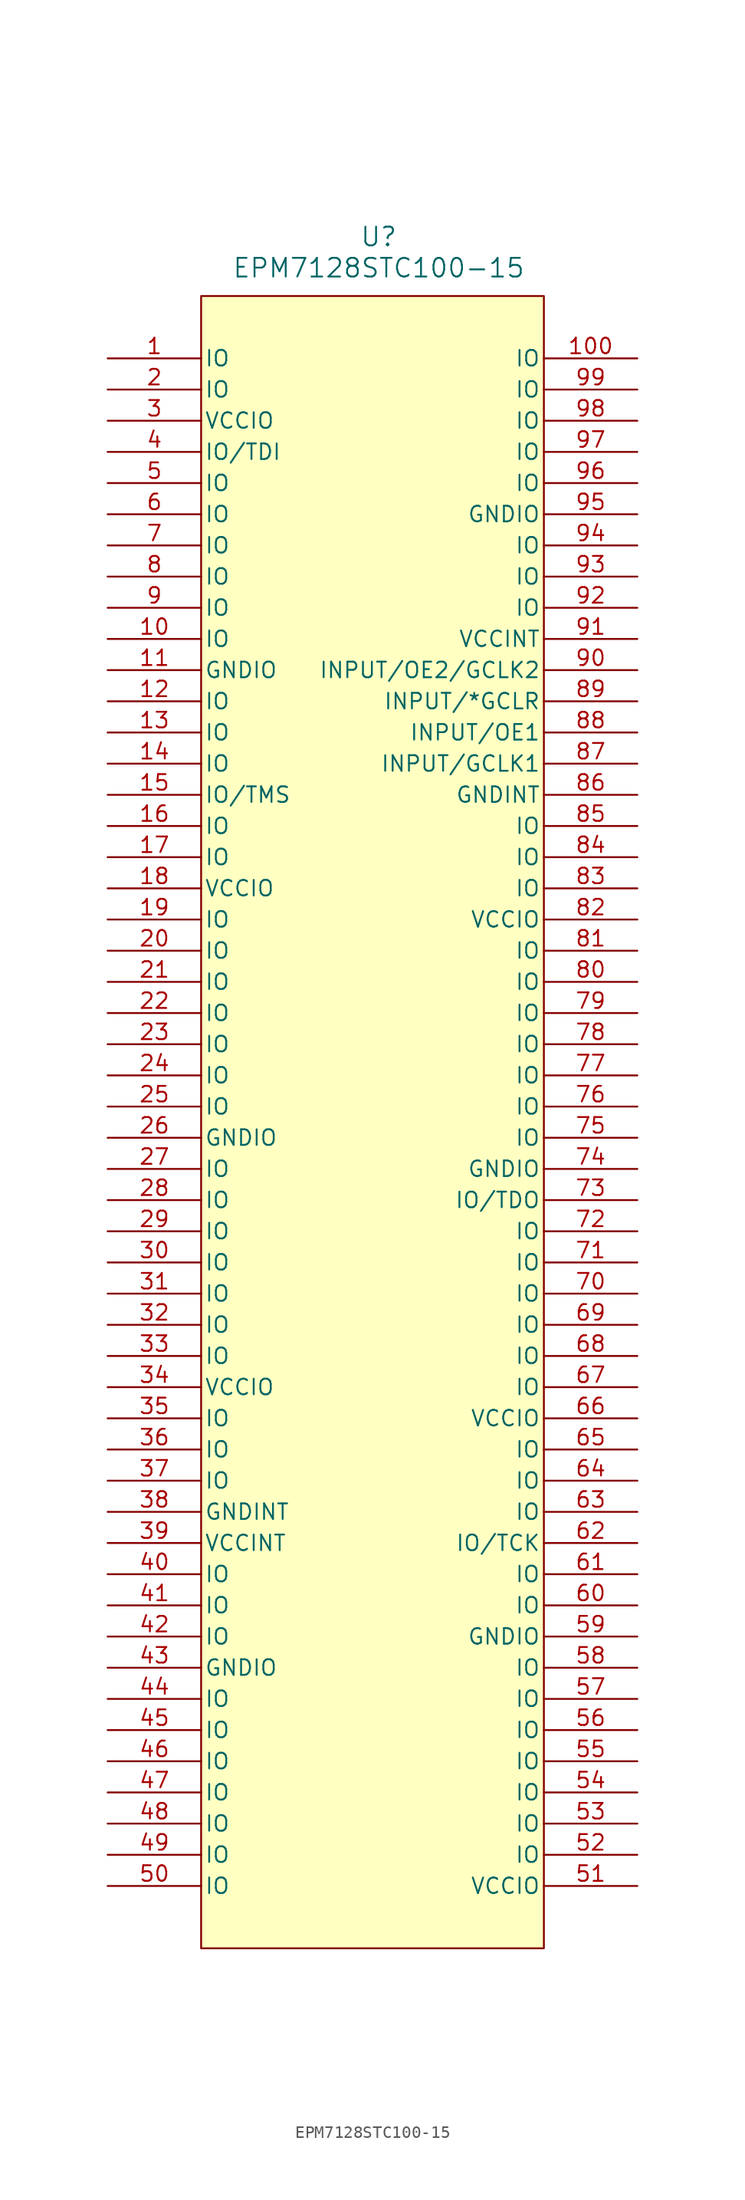
<source format=kicad_sym>
(kicad_symbol_lib
  (version 20241209)
  (generator "kicad_symbol_editor")
  (generator_version "9.0")
  (symbol "EPM7128STC100-15"
    (pin_names
      (offset 0.254))
    (property "Reference" "U"
      (at 22.098 9.906 0)
      (effects (font (size 1.524 1.524))))
    (property "Value" "EPM7128STC100-15"
      (at 22.098 7.366 0)
      (effects (font (size 1.524 1.524))))
    (property "ki_locked" ""
      (at 0 0 0)
      (effects (font (size 1.27 1.27))))
    (symbol "EPM7128STC100-15_0_1"
      (pin tri_state line (at 0 0 0) (length 7.62) (name "IO" (effects (font (size 1.27 1.27)))) (number "1" (effects (font (size 1.27 1.27)))))
      (pin tri_state line (at 0 -2.54 0) (length 7.62) (name "IO" (effects (font (size 1.27 1.27)))) (number "2" (effects (font (size 1.27 1.27)))))
      (pin power_in line (at 0 -5.08 0) (length 7.62) (name "VCCIO" (effects (font (size 1.27 1.27)))) (number "3" (effects (font (size 1.27 1.27)))))
      (pin tri_state line (at 0 -7.62 0) (length 7.62) (name "IO/TDI" (effects (font (size 1.27 1.27)))) (number "4" (effects (font (size 1.27 1.27)))))
      (pin tri_state line (at 0 -10.16 0) (length 7.62) (name "IO" (effects (font (size 1.27 1.27)))) (number "5" (effects (font (size 1.27 1.27)))))
      (pin tri_state line (at 0 -12.7 0) (length 7.62) (name "IO" (effects (font (size 1.27 1.27)))) (number "6" (effects (font (size 1.27 1.27)))))
      (pin tri_state line (at 0 -15.24 0) (length 7.62) (name "IO" (effects (font (size 1.27 1.27)))) (number "7" (effects (font (size 1.27 1.27)))))
      (pin tri_state line (at 0 -17.78 0) (length 7.62) (name "IO" (effects (font (size 1.27 1.27)))) (number "8" (effects (font (size 1.27 1.27)))))
      (pin tri_state line (at 0 -20.32 0) (length 7.62) (name "IO" (effects (font (size 1.27 1.27)))) (number "9" (effects (font (size 1.27 1.27)))))
      (pin tri_state line (at 0 -22.86 0) (length 7.62) (name "IO" (effects (font (size 1.27 1.27)))) (number "10" (effects (font (size 1.27 1.27)))))
      (pin power_in line (at 0 -25.4 0) (length 7.62) (name "GNDIO" (effects (font (size 1.27 1.27)))) (number "11" (effects (font (size 1.27 1.27)))))
      (pin tri_state line (at 0 -27.94 0) (length 7.62) (name "IO" (effects (font (size 1.27 1.27)))) (number "12" (effects (font (size 1.27 1.27)))))
      (pin tri_state line (at 0 -30.48 0) (length 7.62) (name "IO" (effects (font (size 1.27 1.27)))) (number "13" (effects (font (size 1.27 1.27)))))
      (pin tri_state line (at 0 -33.02 0) (length 7.62) (name "IO" (effects (font (size 1.27 1.27)))) (number "14" (effects (font (size 1.27 1.27)))))
      (pin tri_state line (at 0 -35.56 0) (length 7.62) (name "IO/TMS" (effects (font (size 1.27 1.27)))) (number "15" (effects (font (size 1.27 1.27)))))
      (pin tri_state line (at 0 -38.1 0) (length 7.62) (name "IO" (effects (font (size 1.27 1.27)))) (number "16" (effects (font (size 1.27 1.27)))))
      (pin tri_state line (at 0 -40.64 0) (length 7.62) (name "IO" (effects (font (size 1.27 1.27)))) (number "17" (effects (font (size 1.27 1.27)))))
      (pin power_in line (at 0 -43.18 0) (length 7.62) (name "VCCIO" (effects (font (size 1.27 1.27)))) (number "18" (effects (font (size 1.27 1.27)))))
      (pin tri_state line (at 0 -45.72 0) (length 7.62) (name "IO" (effects (font (size 1.27 1.27)))) (number "19" (effects (font (size 1.27 1.27)))))
      (pin tri_state line (at 0 -48.26 0) (length 7.62) (name "IO" (effects (font (size 1.27 1.27)))) (number "20" (effects (font (size 1.27 1.27)))))
      (pin tri_state line (at 0 -50.8 0) (length 7.62) (name "IO" (effects (font (size 1.27 1.27)))) (number "21" (effects (font (size 1.27 1.27)))))
      (pin tri_state line (at 0 -53.34 0) (length 7.62) (name "IO" (effects (font (size 1.27 1.27)))) (number "22" (effects (font (size 1.27 1.27)))))
      (pin tri_state line (at 0 -55.88 0) (length 7.62) (name "IO" (effects (font (size 1.27 1.27)))) (number "23" (effects (font (size 1.27 1.27)))))
      (pin tri_state line (at 0 -58.42 0) (length 7.62) (name "IO" (effects (font (size 1.27 1.27)))) (number "24" (effects (font (size 1.27 1.27)))))
      (pin tri_state line (at 0 -60.96 0) (length 7.62) (name "IO" (effects (font (size 1.27 1.27)))) (number "25" (effects (font (size 1.27 1.27)))))
      (pin power_in line (at 0 -63.5 0) (length 7.62) (name "GNDIO" (effects (font (size 1.27 1.27)))) (number "26" (effects (font (size 1.27 1.27)))))
      (pin tri_state line (at 0 -66.04 0) (length 7.62) (name "IO" (effects (font (size 1.27 1.27)))) (number "27" (effects (font (size 1.27 1.27)))))
      (pin tri_state line (at 0 -68.58 0) (length 7.62) (name "IO" (effects (font (size 1.27 1.27)))) (number "28" (effects (font (size 1.27 1.27)))))
      (pin tri_state line (at 0 -71.12 0) (length 7.62) (name "IO" (effects (font (size 1.27 1.27)))) (number "29" (effects (font (size 1.27 1.27)))))
      (pin tri_state line (at 0 -73.66 0) (length 7.62) (name "IO" (effects (font (size 1.27 1.27)))) (number "30" (effects (font (size 1.27 1.27)))))
      (pin tri_state line (at 0 -76.2 0) (length 7.62) (name "IO" (effects (font (size 1.27 1.27)))) (number "31" (effects (font (size 1.27 1.27)))))
      (pin tri_state line (at 0 -78.74 0) (length 7.62) (name "IO" (effects (font (size 1.27 1.27)))) (number "32" (effects (font (size 1.27 1.27)))))
      (pin tri_state line (at 0 -81.28 0) (length 7.62) (name "IO" (effects (font (size 1.27 1.27)))) (number "33" (effects (font (size 1.27 1.27)))))
      (pin power_in line (at 0 -83.82 0) (length 7.62) (name "VCCIO" (effects (font (size 1.27 1.27)))) (number "34" (effects (font (size 1.27 1.27)))))
      (pin tri_state line (at 0 -86.36 0) (length 7.62) (name "IO" (effects (font (size 1.27 1.27)))) (number "35" (effects (font (size 1.27 1.27)))))
      (pin tri_state line (at 0 -88.9 0) (length 7.62) (name "IO" (effects (font (size 1.27 1.27)))) (number "36" (effects (font (size 1.27 1.27)))))
      (pin tri_state line (at 0 -91.44 0) (length 7.62) (name "IO" (effects (font (size 1.27 1.27)))) (number "37" (effects (font (size 1.27 1.27)))))
      (pin power_in line (at 0 -93.98 0) (length 7.62) (name "GNDINT" (effects (font (size 1.27 1.27)))) (number "38" (effects (font (size 1.27 1.27)))))
      (pin power_in line (at 0 -96.52 0) (length 7.62) (name "VCCINT" (effects (font (size 1.27 1.27)))) (number "39" (effects (font (size 1.27 1.27)))))
      (pin tri_state line (at 0 -99.06 0) (length 7.62) (name "IO" (effects (font (size 1.27 1.27)))) (number "40" (effects (font (size 1.27 1.27)))))
      (pin tri_state line (at 0 -101.6 0) (length 7.62) (name "IO" (effects (font (size 1.27 1.27)))) (number "41" (effects (font (size 1.27 1.27)))))
      (pin tri_state line (at 0 -104.14 0) (length 7.62) (name "IO" (effects (font (size 1.27 1.27)))) (number "42" (effects (font (size 1.27 1.27)))))
      (pin power_in line (at 0 -106.68 0) (length 7.62) (name "GNDIO" (effects (font (size 1.27 1.27)))) (number "43" (effects (font (size 1.27 1.27)))))
      (pin tri_state line (at 0 -109.22 0) (length 7.62) (name "IO" (effects (font (size 1.27 1.27)))) (number "44" (effects (font (size 1.27 1.27)))))
      (pin tri_state line (at 0 -111.76 0) (length 7.62) (name "IO" (effects (font (size 1.27 1.27)))) (number "45" (effects (font (size 1.27 1.27)))))
      (pin tri_state line (at 0 -114.3 0) (length 7.62) (name "IO" (effects (font (size 1.27 1.27)))) (number "46" (effects (font (size 1.27 1.27)))))
      (pin tri_state line (at 0 -116.84 0) (length 7.62) (name "IO" (effects (font (size 1.27 1.27)))) (number "47" (effects (font (size 1.27 1.27)))))
      (pin tri_state line (at 0 -119.38 0) (length 7.62) (name "IO" (effects (font (size 1.27 1.27)))) (number "48" (effects (font (size 1.27 1.27)))))
      (pin tri_state line (at 0 -121.92 0) (length 7.62) (name "IO" (effects (font (size 1.27 1.27)))) (number "49" (effects (font (size 1.27 1.27)))))
      (pin tri_state line (at 0 -124.46 0) (length 7.62) (name "IO" (effects (font (size 1.27 1.27)))) (number "50" (effects (font (size 1.27 1.27)))))
      (pin tri_state line (at 43.18 0 180) (length 7.62) (name "IO" (effects (font (size 1.27 1.27)))) (number "100" (effects (font (size 1.27 1.27)))))
      (pin tri_state line (at 43.18 -2.54 180) (length 7.62) (name "IO" (effects (font (size 1.27 1.27)))) (number "99" (effects (font (size 1.27 1.27)))))
      (pin tri_state line (at 43.18 -5.08 180) (length 7.62) (name "IO" (effects (font (size 1.27 1.27)))) (number "98" (effects (font (size 1.27 1.27)))))
      (pin tri_state line (at 43.18 -7.62 180) (length 7.62) (name "IO" (effects (font (size 1.27 1.27)))) (number "97" (effects (font (size 1.27 1.27)))))
      (pin tri_state line (at 43.18 -10.16 180) (length 7.62) (name "IO" (effects (font (size 1.27 1.27)))) (number "96" (effects (font (size 1.27 1.27)))))
      (pin power_in line (at 43.18 -12.7 180) (length 7.62) (name "GNDIO" (effects (font (size 1.27 1.27)))) (number "95" (effects (font (size 1.27 1.27)))))
      (pin tri_state line (at 43.18 -15.24 180) (length 7.62) (name "IO" (effects (font (size 1.27 1.27)))) (number "94" (effects (font (size 1.27 1.27)))))
      (pin tri_state line (at 43.18 -17.78 180) (length 7.62) (name "IO" (effects (font (size 1.27 1.27)))) (number "93" (effects (font (size 1.27 1.27)))))
      (pin tri_state line (at 43.18 -20.32 180) (length 7.62) (name "IO" (effects (font (size 1.27 1.27)))) (number "92" (effects (font (size 1.27 1.27)))))
      (pin power_in line (at 43.18 -22.86 180) (length 7.62) (name "VCCINT" (effects (font (size 1.27 1.27)))) (number "91" (effects (font (size 1.27 1.27)))))
      (pin input line (at 43.18 -25.4 180) (length 7.62) (name "INPUT/OE2/GCLK2" (effects (font (size 1.27 1.27)))) (number "90" (effects (font (size 1.27 1.27)))))
      (pin input line (at 43.18 -27.94 180) (length 7.62) (name "INPUT/*GCLR" (effects (font (size 1.27 1.27)))) (number "89" (effects (font (size 1.27 1.27)))))
      (pin input line (at 43.18 -30.48 180) (length 7.62) (name "INPUT/OE1" (effects (font (size 1.27 1.27)))) (number "88" (effects (font (size 1.27 1.27)))))
      (pin input line (at 43.18 -33.02 180) (length 7.62) (name "INPUT/GCLK1" (effects (font (size 1.27 1.27)))) (number "87" (effects (font (size 1.27 1.27)))))
      (pin power_in line (at 43.18 -35.56 180) (length 7.62) (name "GNDINT" (effects (font (size 1.27 1.27)))) (number "86" (effects (font (size 1.27 1.27)))))
      (pin tri_state line (at 43.18 -38.1 180) (length 7.62) (name "IO" (effects (font (size 1.27 1.27)))) (number "85" (effects (font (size 1.27 1.27)))))
      (pin tri_state line (at 43.18 -40.64 180) (length 7.62) (name "IO" (effects (font (size 1.27 1.27)))) (number "84" (effects (font (size 1.27 1.27)))))
      (pin tri_state line (at 43.18 -43.18 180) (length 7.62) (name "IO" (effects (font (size 1.27 1.27)))) (number "83" (effects (font (size 1.27 1.27)))))
      (pin power_in line (at 43.18 -45.72 180) (length 7.62) (name "VCCIO" (effects (font (size 1.27 1.27)))) (number "82" (effects (font (size 1.27 1.27)))))
      (pin tri_state line (at 43.18 -48.26 180) (length 7.62) (name "IO" (effects (font (size 1.27 1.27)))) (number "81" (effects (font (size 1.27 1.27)))))
      (pin tri_state line (at 43.18 -50.8 180) (length 7.62) (name "IO" (effects (font (size 1.27 1.27)))) (number "80" (effects (font (size 1.27 1.27)))))
      (pin tri_state line (at 43.18 -53.34 180) (length 7.62) (name "IO" (effects (font (size 1.27 1.27)))) (number "79" (effects (font (size 1.27 1.27)))))
      (pin tri_state line (at 43.18 -55.88 180) (length 7.62) (name "IO" (effects (font (size 1.27 1.27)))) (number "78" (effects (font (size 1.27 1.27)))))
      (pin tri_state line (at 43.18 -58.42 180) (length 7.62) (name "IO" (effects (font (size 1.27 1.27)))) (number "77" (effects (font (size 1.27 1.27)))))
      (pin tri_state line (at 43.18 -60.96 180) (length 7.62) (name "IO" (effects (font (size 1.27 1.27)))) (number "76" (effects (font (size 1.27 1.27)))))
      (pin tri_state line (at 43.18 -63.5 180) (length 7.62) (name "IO" (effects (font (size 1.27 1.27)))) (number "75" (effects (font (size 1.27 1.27)))))
      (pin power_in line (at 43.18 -66.04 180) (length 7.62) (name "GNDIO" (effects (font (size 1.27 1.27)))) (number "74" (effects (font (size 1.27 1.27)))))
      (pin tri_state line (at 43.18 -68.58 180) (length 7.62) (name "IO/TDO" (effects (font (size 1.27 1.27)))) (number "73" (effects (font (size 1.27 1.27)))))
      (pin tri_state line (at 43.18 -71.12 180) (length 7.62) (name "IO" (effects (font (size 1.27 1.27)))) (number "72" (effects (font (size 1.27 1.27)))))
      (pin tri_state line (at 43.18 -73.66 180) (length 7.62) (name "IO" (effects (font (size 1.27 1.27)))) (number "71" (effects (font (size 1.27 1.27)))))
      (pin tri_state line (at 43.18 -76.2 180) (length 7.62) (name "IO" (effects (font (size 1.27 1.27)))) (number "70" (effects (font (size 1.27 1.27)))))
      (pin tri_state line (at 43.18 -78.74 180) (length 7.62) (name "IO" (effects (font (size 1.27 1.27)))) (number "69" (effects (font (size 1.27 1.27)))))
      (pin tri_state line (at 43.18 -81.28 180) (length 7.62) (name "IO" (effects (font (size 1.27 1.27)))) (number "68" (effects (font (size 1.27 1.27)))))
      (pin tri_state line (at 43.18 -83.82 180) (length 7.62) (name "IO" (effects (font (size 1.27 1.27)))) (number "67" (effects (font (size 1.27 1.27)))))
      (pin power_in line (at 43.18 -86.36 180) (length 7.62) (name "VCCIO" (effects (font (size 1.27 1.27)))) (number "66" (effects (font (size 1.27 1.27)))))
      (pin tri_state line (at 43.18 -88.9 180) (length 7.62) (name "IO" (effects (font (size 1.27 1.27)))) (number "65" (effects (font (size 1.27 1.27)))))
      (pin tri_state line (at 43.18 -91.44 180) (length 7.62) (name "IO" (effects (font (size 1.27 1.27)))) (number "64" (effects (font (size 1.27 1.27)))))
      (pin tri_state line (at 43.18 -93.98 180) (length 7.62) (name "IO" (effects (font (size 1.27 1.27)))) (number "63" (effects (font (size 1.27 1.27)))))
      (pin tri_state line (at 43.18 -96.52 180) (length 7.62) (name "IO/TCK" (effects (font (size 1.27 1.27)))) (number "62" (effects (font (size 1.27 1.27)))))
      (pin tri_state line (at 43.18 -99.06 180) (length 7.62) (name "IO" (effects (font (size 1.27 1.27)))) (number "61" (effects (font (size 1.27 1.27)))))
      (pin tri_state line (at 43.18 -101.6 180) (length 7.62) (name "IO" (effects (font (size 1.27 1.27)))) (number "60" (effects (font (size 1.27 1.27)))))
      (pin power_in line (at 43.18 -104.14 180) (length 7.62) (name "GNDIO" (effects (font (size 1.27 1.27)))) (number "59" (effects (font (size 1.27 1.27)))))
      (pin tri_state line (at 43.18 -106.68 180) (length 7.62) (name "IO" (effects (font (size 1.27 1.27)))) (number "58" (effects (font (size 1.27 1.27)))))
      (pin tri_state line (at 43.18 -109.22 180) (length 7.62) (name "IO" (effects (font (size 1.27 1.27)))) (number "57" (effects (font (size 1.27 1.27)))))
      (pin tri_state line (at 43.18 -111.76 180) (length 7.62) (name "IO" (effects (font (size 1.27 1.27)))) (number "56" (effects (font (size 1.27 1.27)))))
      (pin tri_state line (at 43.18 -114.3 180) (length 7.62) (name "IO" (effects (font (size 1.27 1.27)))) (number "55" (effects (font (size 1.27 1.27)))))
      (pin tri_state line (at 43.18 -116.84 180) (length 7.62) (name "IO" (effects (font (size 1.27 1.27)))) (number "54" (effects (font (size 1.27 1.27)))))
      (pin tri_state line (at 43.18 -119.38 180) (length 7.62) (name "IO" (effects (font (size 1.27 1.27)))) (number "53" (effects (font (size 1.27 1.27)))))
      (pin tri_state line (at 43.18 -121.92 180) (length 7.62) (name "IO" (effects (font (size 1.27 1.27)))) (number "52" (effects (font (size 1.27 1.27)))))
      (pin power_in line (at 43.18 -124.46 180) (length 7.62) (name "VCCIO" (effects (font (size 1.27 1.27)))) (number "51" (effects (font (size 1.27 1.27))))))
    (symbol "EPM7128STC100-15_1_1"
      (rectangle (start 7.62 5.08) (end 35.56 -129.54) (stroke (width 0) (type default)) (fill (type background))))))
</source>
